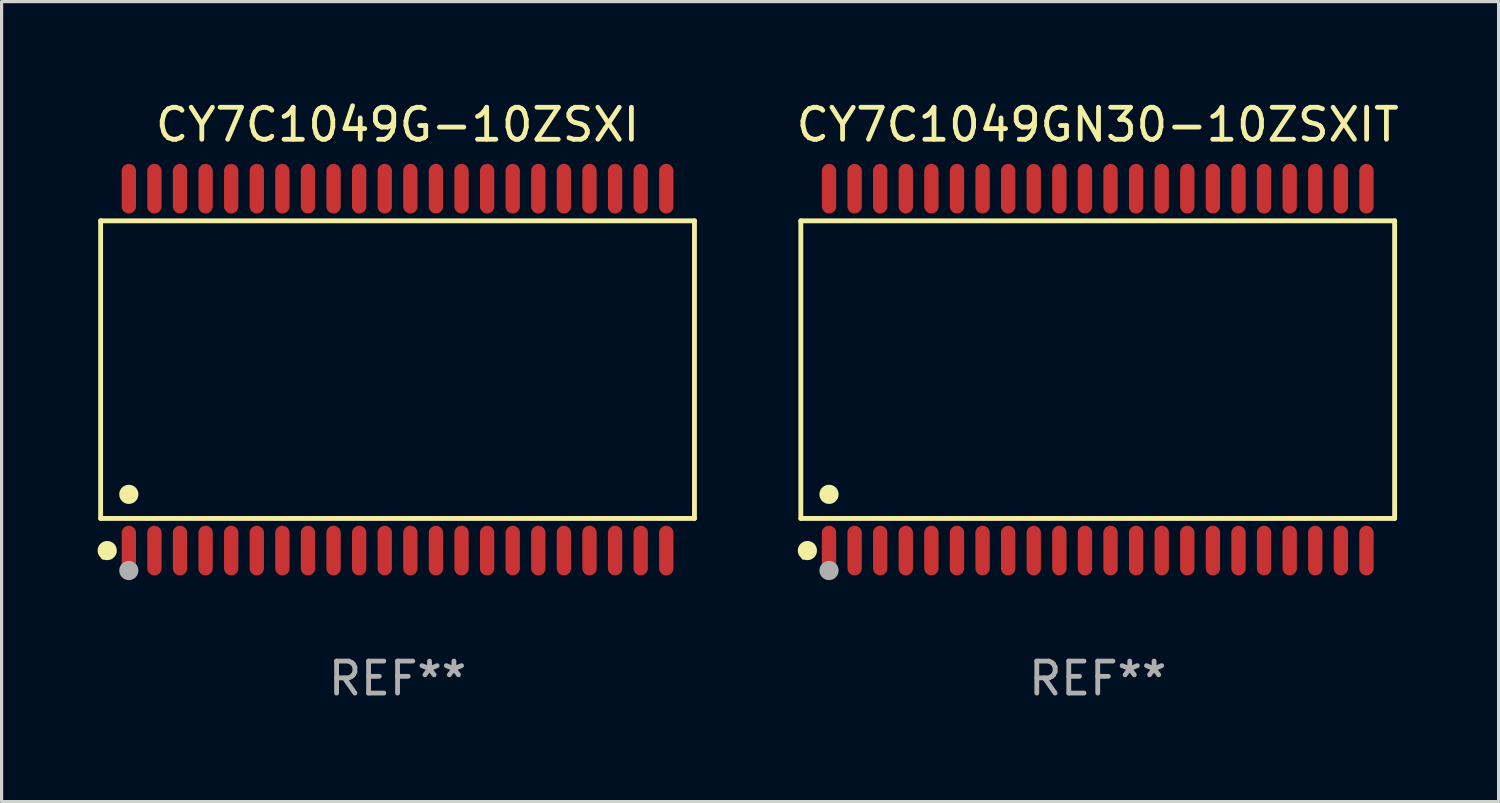
<source format=kicad_pcb>
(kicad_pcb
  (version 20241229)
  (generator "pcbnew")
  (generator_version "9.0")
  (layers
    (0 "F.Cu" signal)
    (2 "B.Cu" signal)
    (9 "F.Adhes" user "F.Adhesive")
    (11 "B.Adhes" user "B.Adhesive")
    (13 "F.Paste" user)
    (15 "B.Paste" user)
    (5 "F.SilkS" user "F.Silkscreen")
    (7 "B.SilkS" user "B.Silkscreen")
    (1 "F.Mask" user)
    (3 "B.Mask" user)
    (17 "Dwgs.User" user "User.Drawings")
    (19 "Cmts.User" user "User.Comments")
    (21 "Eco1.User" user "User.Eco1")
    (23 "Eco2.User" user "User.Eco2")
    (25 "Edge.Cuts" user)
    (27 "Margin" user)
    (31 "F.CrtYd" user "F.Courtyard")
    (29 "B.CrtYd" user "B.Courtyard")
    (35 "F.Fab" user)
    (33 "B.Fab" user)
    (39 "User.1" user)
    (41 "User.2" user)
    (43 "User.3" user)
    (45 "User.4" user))
  (footprint "CY7C1049G-10ZSXI"
    (layer "F.Cu")
    (at 9.377 8.504)
    (property "Reference" "CY7C1049G-10ZSXI" (at 0 -7.656 0) (layer "F.SilkS") (effects (font (size 1 1) (thickness 0.15))))
    (attr through_hole)
    (fp_line (start -9.281 -4.651) (end 9.281 -4.651) (stroke (width 0.152) (type solid)) (layer "F.SilkS"))
    (fp_line (start -9.281 4.651) (end -9.281 -4.651) (stroke (width 0.152) (type solid)) (layer "F.SilkS"))
    (fp_line (start 9.281 -4.651) (end 9.281 4.651) (stroke (width 0.152) (type solid)) (layer "F.SilkS"))
    (fp_line (start 9.281 4.651) (end -9.281 4.651) (stroke (width 0.152) (type solid)) (layer "F.SilkS"))
    (fp_circle (center -9.205 5.88) (end -9.175 5.88) (stroke (width 0.06) (type solid)) (fill no) (layer "F.SilkS"))
    (fp_circle (center -9.076 5.656) (end -8.926 5.656) (stroke (width 0.3) (type solid)) (fill no) (layer "F.SilkS"))
    (fp_circle (center -8.4 3.899) (end -8.25 3.899) (stroke (width 0.3) (type solid)) (fill no) (layer "F.SilkS"))
    (fp_circle (center -8.4 6.28) (end -8.25 6.28) (stroke (width 0.3) (type solid)) (fill no) (layer "F.Fab"))
    (fp_text user "REF**" (at 0 9.656 0) (layer "F.Fab") (effects (font (size 1 1) (thickness 0.15))))
    (pad "1" smd oval (at -8.4 5.656) (size 0.448 1.551) (layers "F.Cu" "F.Mask" "F.Paste"))
    (pad "2" smd oval (at -7.6 5.656) (size 0.448 1.551) (layers "F.Cu" "F.Mask" "F.Paste"))
    (pad "3" smd oval (at -6.8 5.656) (size 0.448 1.551) (layers "F.Cu" "F.Mask" "F.Paste"))
    (pad "4" smd oval (at -6 5.656) (size 0.448 1.551) (layers "F.Cu" "F.Mask" "F.Paste"))
    (pad "5" smd oval (at -5.2 5.656) (size 0.448 1.551) (layers "F.Cu" "F.Mask" "F.Paste"))
    (pad "6" smd oval (at -4.4 5.656) (size 0.448 1.551) (layers "F.Cu" "F.Mask" "F.Paste"))
    (pad "7" smd oval (at -3.6 5.656) (size 0.448 1.551) (layers "F.Cu" "F.Mask" "F.Paste"))
    (pad "8" smd oval (at -2.8 5.656) (size 0.448 1.551) (layers "F.Cu" "F.Mask" "F.Paste"))
    (pad "9" smd oval (at -2 5.656) (size 0.448 1.551) (layers "F.Cu" "F.Mask" "F.Paste"))
    (pad "10" smd oval (at -1.2 5.656) (size 0.448 1.551) (layers "F.Cu" "F.Mask" "F.Paste"))
    (pad "11" smd oval (at -0.4 5.656) (size 0.448 1.551) (layers "F.Cu" "F.Mask" "F.Paste"))
    (pad "12" smd oval (at 0.4 5.656) (size 0.448 1.551) (layers "F.Cu" "F.Mask" "F.Paste"))
    (pad "13" smd oval (at 1.2 5.656) (size 0.448 1.551) (layers "F.Cu" "F.Mask" "F.Paste"))
    (pad "14" smd oval (at 2 5.656) (size 0.448 1.551) (layers "F.Cu" "F.Mask" "F.Paste"))
    (pad "15" smd oval (at 2.8 5.656) (size 0.448 1.551) (layers "F.Cu" "F.Mask" "F.Paste"))
    (pad "16" smd oval (at 3.6 5.656) (size 0.448 1.551) (layers "F.Cu" "F.Mask" "F.Paste"))
    (pad "17" smd oval (at 4.4 5.656) (size 0.448 1.551) (layers "F.Cu" "F.Mask" "F.Paste"))
    (pad "18" smd oval (at 5.2 5.656) (size 0.448 1.551) (layers "F.Cu" "F.Mask" "F.Paste"))
    (pad "19" smd oval (at 6 5.656) (size 0.448 1.551) (layers "F.Cu" "F.Mask" "F.Paste"))
    (pad "20" smd oval (at 6.8 5.656) (size 0.448 1.551) (layers "F.Cu" "F.Mask" "F.Paste"))
    (pad "21" smd oval (at 7.6 5.656) (size 0.448 1.551) (layers "F.Cu" "F.Mask" "F.Paste"))
    (pad "22" smd oval (at 8.4 5.656) (size 0.448 1.551) (layers "F.Cu" "F.Mask" "F.Paste"))
    (pad "23" smd oval (at 8.4 -5.656) (size 0.448 1.551) (layers "F.Cu" "F.Mask" "F.Paste"))
    (pad "24" smd oval (at 7.6 -5.656) (size 0.448 1.551) (layers "F.Cu" "F.Mask" "F.Paste"))
    (pad "25" smd oval (at 6.8 -5.656) (size 0.448 1.551) (layers "F.Cu" "F.Mask" "F.Paste"))
    (pad "26" smd oval (at 6 -5.656) (size 0.448 1.551) (layers "F.Cu" "F.Mask" "F.Paste"))
    (pad "27" smd oval (at 5.2 -5.656) (size 0.448 1.551) (layers "F.Cu" "F.Mask" "F.Paste"))
    (pad "28" smd oval (at 4.4 -5.656) (size 0.448 1.551) (layers "F.Cu" "F.Mask" "F.Paste"))
    (pad "29" smd oval (at 3.6 -5.656) (size 0.448 1.551) (layers "F.Cu" "F.Mask" "F.Paste"))
    (pad "30" smd oval (at 2.8 -5.656) (size 0.448 1.551) (layers "F.Cu" "F.Mask" "F.Paste"))
    (pad "31" smd oval (at 2 -5.656) (size 0.448 1.551) (layers "F.Cu" "F.Mask" "F.Paste"))
    (pad "32" smd oval (at 1.2 -5.656) (size 0.448 1.551) (layers "F.Cu" "F.Mask" "F.Paste"))
    (pad "33" smd oval (at 0.4 -5.656) (size 0.448 1.551) (layers "F.Cu" "F.Mask" "F.Paste"))
    (pad "34" smd oval (at -0.4 -5.656) (size 0.448 1.551) (layers "F.Cu" "F.Mask" "F.Paste"))
    (pad "35" smd oval (at -1.2 -5.656) (size 0.448 1.551) (layers "F.Cu" "F.Mask" "F.Paste"))
    (pad "36" smd oval (at -2 -5.656) (size 0.448 1.551) (layers "F.Cu" "F.Mask" "F.Paste"))
    (pad "37" smd oval (at -2.8 -5.656) (size 0.448 1.551) (layers "F.Cu" "F.Mask" "F.Paste"))
    (pad "38" smd oval (at -3.6 -5.656) (size 0.448 1.551) (layers "F.Cu" "F.Mask" "F.Paste"))
    (pad "39" smd oval (at -4.4 -5.656) (size 0.448 1.551) (layers "F.Cu" "F.Mask" "F.Paste"))
    (pad "40" smd oval (at -5.2 -5.656) (size 0.448 1.551) (layers "F.Cu" "F.Mask" "F.Paste"))
    (pad "41" smd oval (at -6 -5.656) (size 0.448 1.551) (layers "F.Cu" "F.Mask" "F.Paste"))
    (pad "42" smd oval (at -6.8 -5.656) (size 0.448 1.551) (layers "F.Cu" "F.Mask" "F.Paste"))
    (pad "43" smd oval (at -7.6 -5.656) (size 0.448 1.551) (layers "F.Cu" "F.Mask" "F.Paste"))
    (pad "44" smd oval (at -8.4 -5.656) (size 0.448 1.551) (layers "F.Cu" "F.Mask" "F.Paste")))
  (footprint "CY7C1049GN30-10ZSXIT"
    (layer "F.Cu")
    (at 31.264 8.504)
    (property "Reference" "CY7C1049GN30-10ZSXIT" (at 0 -7.656 0) (layer "F.SilkS") (effects (font (size 1 1) (thickness 0.15))))
    (attr through_hole)
    (fp_line (start -9.281 -4.651) (end 9.281 -4.651) (stroke (width 0.152) (type solid)) (layer "F.SilkS"))
    (fp_line (start -9.281 4.651) (end -9.281 -4.651) (stroke (width 0.152) (type solid)) (layer "F.SilkS"))
    (fp_line (start 9.281 -4.651) (end 9.281 4.651) (stroke (width 0.152) (type solid)) (layer "F.SilkS"))
    (fp_line (start 9.281 4.651) (end -9.281 4.651) (stroke (width 0.152) (type solid)) (layer "F.SilkS"))
    (fp_circle (center -9.205 5.88) (end -9.175 5.88) (stroke (width 0.06) (type solid)) (fill no) (layer "F.SilkS"))
    (fp_circle (center -9.076 5.656) (end -8.926 5.656) (stroke (width 0.3) (type solid)) (fill no) (layer "F.SilkS"))
    (fp_circle (center -8.4 3.899) (end -8.25 3.899) (stroke (width 0.3) (type solid)) (fill no) (layer "F.SilkS"))
    (fp_circle (center -8.4 6.28) (end -8.25 6.28) (stroke (width 0.3) (type solid)) (fill no) (layer "F.Fab"))
    (fp_text user "REF**" (at 0 9.656 0) (layer "F.Fab") (effects (font (size 1 1) (thickness 0.15))))
    (pad "1" smd oval (at -8.4 5.656) (size 0.448 1.551) (layers "F.Cu" "F.Mask" "F.Paste"))
    (pad "2" smd oval (at -7.6 5.656) (size 0.448 1.551) (layers "F.Cu" "F.Mask" "F.Paste"))
    (pad "3" smd oval (at -6.8 5.656) (size 0.448 1.551) (layers "F.Cu" "F.Mask" "F.Paste"))
    (pad "4" smd oval (at -6 5.656) (size 0.448 1.551) (layers "F.Cu" "F.Mask" "F.Paste"))
    (pad "5" smd oval (at -5.2 5.656) (size 0.448 1.551) (layers "F.Cu" "F.Mask" "F.Paste"))
    (pad "6" smd oval (at -4.4 5.656) (size 0.448 1.551) (layers "F.Cu" "F.Mask" "F.Paste"))
    (pad "7" smd oval (at -3.6 5.656) (size 0.448 1.551) (layers "F.Cu" "F.Mask" "F.Paste"))
    (pad "8" smd oval (at -2.8 5.656) (size 0.448 1.551) (layers "F.Cu" "F.Mask" "F.Paste"))
    (pad "9" smd oval (at -2 5.656) (size 0.448 1.551) (layers "F.Cu" "F.Mask" "F.Paste"))
    (pad "10" smd oval (at -1.2 5.656) (size 0.448 1.551) (layers "F.Cu" "F.Mask" "F.Paste"))
    (pad "11" smd oval (at -0.4 5.656) (size 0.448 1.551) (layers "F.Cu" "F.Mask" "F.Paste"))
    (pad "12" smd oval (at 0.4 5.656) (size 0.448 1.551) (layers "F.Cu" "F.Mask" "F.Paste"))
    (pad "13" smd oval (at 1.2 5.656) (size 0.448 1.551) (layers "F.Cu" "F.Mask" "F.Paste"))
    (pad "14" smd oval (at 2 5.656) (size 0.448 1.551) (layers "F.Cu" "F.Mask" "F.Paste"))
    (pad "15" smd oval (at 2.8 5.656) (size 0.448 1.551) (layers "F.Cu" "F.Mask" "F.Paste"))
    (pad "16" smd oval (at 3.6 5.656) (size 0.448 1.551) (layers "F.Cu" "F.Mask" "F.Paste"))
    (pad "17" smd oval (at 4.4 5.656) (size 0.448 1.551) (layers "F.Cu" "F.Mask" "F.Paste"))
    (pad "18" smd oval (at 5.2 5.656) (size 0.448 1.551) (layers "F.Cu" "F.Mask" "F.Paste"))
    (pad "19" smd oval (at 6 5.656) (size 0.448 1.551) (layers "F.Cu" "F.Mask" "F.Paste"))
    (pad "20" smd oval (at 6.8 5.656) (size 0.448 1.551) (layers "F.Cu" "F.Mask" "F.Paste"))
    (pad "21" smd oval (at 7.6 5.656) (size 0.448 1.551) (layers "F.Cu" "F.Mask" "F.Paste"))
    (pad "22" smd oval (at 8.4 5.656) (size 0.448 1.551) (layers "F.Cu" "F.Mask" "F.Paste"))
    (pad "23" smd oval (at 8.4 -5.656) (size 0.448 1.551) (layers "F.Cu" "F.Mask" "F.Paste"))
    (pad "24" smd oval (at 7.6 -5.656) (size 0.448 1.551) (layers "F.Cu" "F.Mask" "F.Paste"))
    (pad "25" smd oval (at 6.8 -5.656) (size 0.448 1.551) (layers "F.Cu" "F.Mask" "F.Paste"))
    (pad "26" smd oval (at 6 -5.656) (size 0.448 1.551) (layers "F.Cu" "F.Mask" "F.Paste"))
    (pad "27" smd oval (at 5.2 -5.656) (size 0.448 1.551) (layers "F.Cu" "F.Mask" "F.Paste"))
    (pad "28" smd oval (at 4.4 -5.656) (size 0.448 1.551) (layers "F.Cu" "F.Mask" "F.Paste"))
    (pad "29" smd oval (at 3.6 -5.656) (size 0.448 1.551) (layers "F.Cu" "F.Mask" "F.Paste"))
    (pad "30" smd oval (at 2.8 -5.656) (size 0.448 1.551) (layers "F.Cu" "F.Mask" "F.Paste"))
    (pad "31" smd oval (at 2 -5.656) (size 0.448 1.551) (layers "F.Cu" "F.Mask" "F.Paste"))
    (pad "32" smd oval (at 1.2 -5.656) (size 0.448 1.551) (layers "F.Cu" "F.Mask" "F.Paste"))
    (pad "33" smd oval (at 0.4 -5.656) (size 0.448 1.551) (layers "F.Cu" "F.Mask" "F.Paste"))
    (pad "34" smd oval (at -0.4 -5.656) (size 0.448 1.551) (layers "F.Cu" "F.Mask" "F.Paste"))
    (pad "35" smd oval (at -1.2 -5.656) (size 0.448 1.551) (layers "F.Cu" "F.Mask" "F.Paste"))
    (pad "36" smd oval (at -2 -5.656) (size 0.448 1.551) (layers "F.Cu" "F.Mask" "F.Paste"))
    (pad "37" smd oval (at -2.8 -5.656) (size 0.448 1.551) (layers "F.Cu" "F.Mask" "F.Paste"))
    (pad "38" smd oval (at -3.6 -5.656) (size 0.448 1.551) (layers "F.Cu" "F.Mask" "F.Paste"))
    (pad "39" smd oval (at -4.4 -5.656) (size 0.448 1.551) (layers "F.Cu" "F.Mask" "F.Paste"))
    (pad "40" smd oval (at -5.2 -5.656) (size 0.448 1.551) (layers "F.Cu" "F.Mask" "F.Paste"))
    (pad "41" smd oval (at -6 -5.656) (size 0.448 1.551) (layers "F.Cu" "F.Mask" "F.Paste"))
    (pad "42" smd oval (at -6.8 -5.656) (size 0.448 1.551) (layers "F.Cu" "F.Mask" "F.Paste"))
    (pad "43" smd oval (at -7.6 -5.656) (size 0.448 1.551) (layers "F.Cu" "F.Mask" "F.Paste"))
    (pad "44" smd oval (at -8.4 -5.656) (size 0.448 1.551) (layers "F.Cu" "F.Mask" "F.Paste")))
  (gr_rect
    (start -3 -3)
    (end 43.794 22.008)
    (stroke (width 0.1) (type default))
    (fill no)
    (layer "Edge.Cuts")))
</source>
